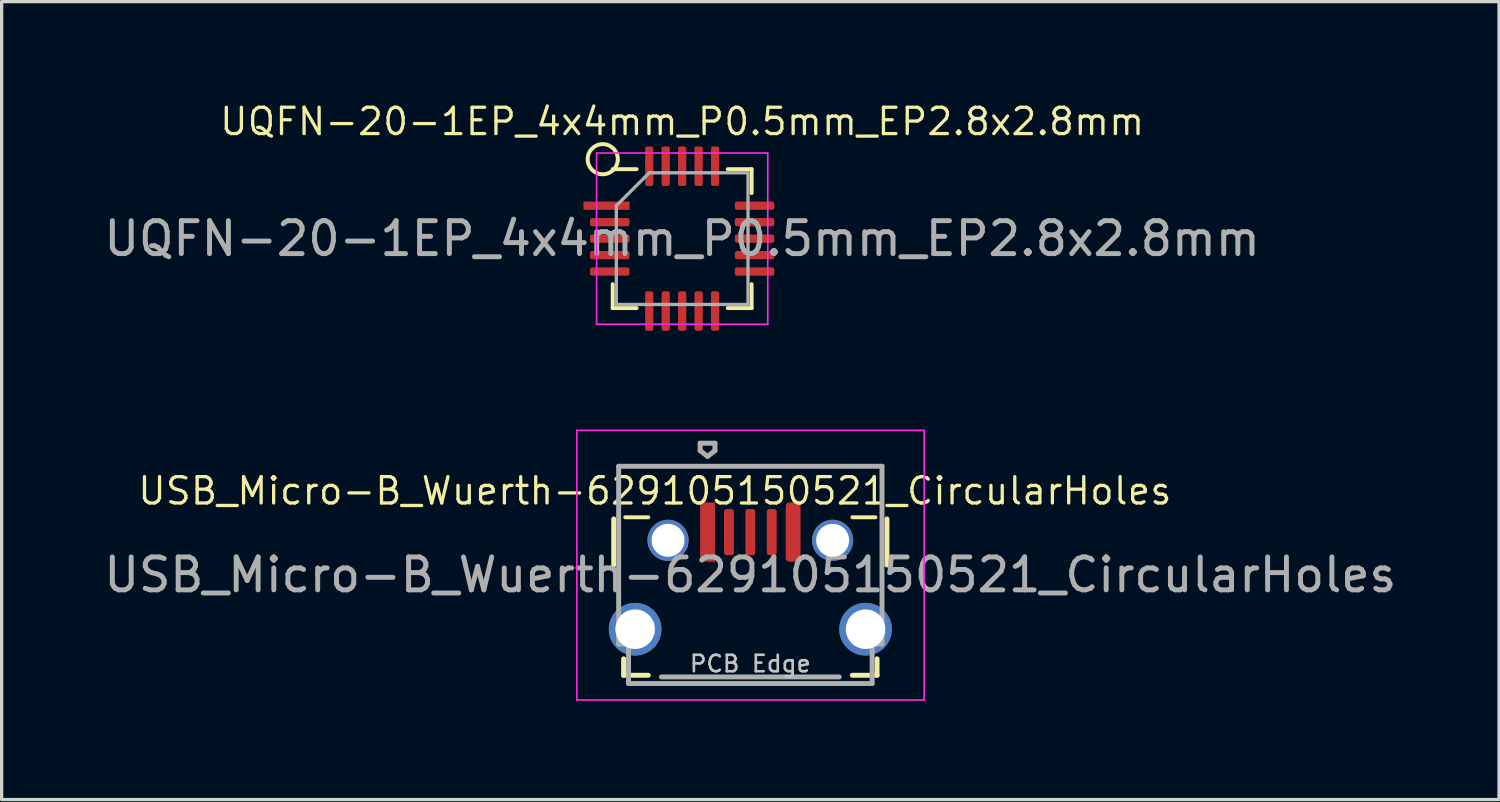
<source format=kicad_pcb>
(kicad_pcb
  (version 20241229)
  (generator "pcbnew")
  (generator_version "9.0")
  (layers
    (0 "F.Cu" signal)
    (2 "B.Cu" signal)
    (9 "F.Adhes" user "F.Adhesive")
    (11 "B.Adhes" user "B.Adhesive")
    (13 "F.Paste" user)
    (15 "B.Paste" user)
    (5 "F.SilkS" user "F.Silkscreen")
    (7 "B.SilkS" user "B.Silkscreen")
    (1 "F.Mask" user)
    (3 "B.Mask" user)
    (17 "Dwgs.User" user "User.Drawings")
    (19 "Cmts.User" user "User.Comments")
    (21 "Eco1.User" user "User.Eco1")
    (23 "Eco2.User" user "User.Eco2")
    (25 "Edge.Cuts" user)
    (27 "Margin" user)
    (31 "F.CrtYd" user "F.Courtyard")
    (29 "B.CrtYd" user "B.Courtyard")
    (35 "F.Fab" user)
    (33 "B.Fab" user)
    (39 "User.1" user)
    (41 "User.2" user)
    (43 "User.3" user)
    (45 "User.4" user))
  (footprint "UQFN-20-1EP_4x4mm_P0.5mm_EP2.8x2.8mm"
    (layer "F.Cu")
    (at 17.673 4.199)
    (property "Reference" "UQFN-20-1EP_4x4mm_P0.5mm_EP2.8x2.8mm" (at 0 -3.556 0) (layer "F.SilkS") (effects (font (size 0.8 0.8) (thickness 0.1))))
    (attr smd)
    (fp_line (start -2.11 2.11) (end -2.11 1.385) (stroke (width 0.12) (type solid)) (layer "F.SilkS"))
    (fp_line (start -1.385 -2.11) (end -2.11 -2.11) (stroke (width 0.12) (type solid)) (layer "F.SilkS"))
    (fp_line (start -1.385 2.11) (end -2.11 2.11) (stroke (width 0.12) (type solid)) (layer "F.SilkS"))
    (fp_line (start 1.385 -2.11) (end 2.11 -2.11) (stroke (width 0.12) (type solid)) (layer "F.SilkS"))
    (fp_line (start 1.385 2.11) (end 2.11 2.11) (stroke (width 0.12) (type solid)) (layer "F.SilkS"))
    (fp_line (start 2.11 -2.11) (end 2.11 -1.385) (stroke (width 0.12) (type solid)) (layer "F.SilkS"))
    (fp_line (start 2.11 2.11) (end 2.11 1.385) (stroke (width 0.12) (type solid)) (layer "F.SilkS"))
    (fp_circle (center -2.413 -2.413) (end -2.794 -2.667) (stroke (width 0.12) (type solid)) (fill no) (layer "F.SilkS"))
    (fp_line (start -2.6 -2.6) (end -2.6 2.6) (stroke (width 0.05) (type solid)) (layer "F.CrtYd"))
    (fp_line (start -2.6 2.6) (end 2.6 2.6) (stroke (width 0.05) (type solid)) (layer "F.CrtYd"))
    (fp_line (start 2.6 -2.6) (end -2.6 -2.6) (stroke (width 0.05) (type solid)) (layer "F.CrtYd"))
    (fp_line (start 2.6 2.6) (end 2.6 -2.6) (stroke (width 0.05) (type solid)) (layer "F.CrtYd"))
    (fp_line (start -2 -1) (end -1 -2) (stroke (width 0.1) (type solid)) (layer "F.Fab"))
    (fp_line (start -2 2) (end -2 -1) (stroke (width 0.1) (type solid)) (layer "F.Fab"))
    (fp_line (start -1 -2) (end 2 -2) (stroke (width 0.1) (type solid)) (layer "F.Fab"))
    (fp_line (start 2 -2) (end 2 2) (stroke (width 0.1) (type solid)) (layer "F.Fab"))
    (fp_line (start 2 2) (end -2 2) (stroke (width 0.1) (type solid)) (layer "F.Fab"))
    (fp_text user "${REFERENCE}" (at 0 0 0) (layer "F.Fab") (effects (font (size 1 1) (thickness 0.15))))
    (pad "1" smd rect (at -2.3 -1) (size 1.4 0.25) (layers "F.Cu" "F.Mask" "F.Paste"))
    (pad "2" smd roundrect (at -2.2 -0.5) (size 1.2 0.25) (layers "F.Cu" "F.Mask" "F.Paste") (roundrect_rratio 0.25))
    (pad "3" smd roundrect (at -2.2 0) (size 1.2 0.25) (layers "F.Cu" "F.Mask" "F.Paste") (roundrect_rratio 0.25))
    (pad "4" smd roundrect (at -2.2 0.5) (size 1.2 0.25) (layers "F.Cu" "F.Mask" "F.Paste") (roundrect_rratio 0.25))
    (pad "5" smd roundrect (at -2.2 1) (size 1.2 0.25) (layers "F.Cu" "F.Mask" "F.Paste") (roundrect_rratio 0.25))
    (pad "6" smd roundrect (at -1 2.2) (size 0.25 1.2) (layers "F.Cu" "F.Mask" "F.Paste") (roundrect_rratio 0.25))
    (pad "7" smd roundrect (at -0.5 2.2) (size 0.25 1.2) (layers "F.Cu" "F.Mask" "F.Paste") (roundrect_rratio 0.25))
    (pad "8" smd roundrect (at 0 2.2) (size 0.25 1.2) (layers "F.Cu" "F.Mask" "F.Paste") (roundrect_rratio 0.25))
    (pad "9" smd roundrect (at 0.5 2.2) (size 0.25 1.2) (layers "F.Cu" "F.Mask" "F.Paste") (roundrect_rratio 0.25))
    (pad "10" smd roundrect (at 1 2.2) (size 0.25 1.2) (layers "F.Cu" "F.Mask" "F.Paste") (roundrect_rratio 0.25))
    (pad "11" smd roundrect (at 2.2 1) (size 1.2 0.25) (layers "F.Cu" "F.Mask" "F.Paste") (roundrect_rratio 0.25))
    (pad "12" smd roundrect (at 2.2 0.5) (size 1.2 0.25) (layers "F.Cu" "F.Mask" "F.Paste") (roundrect_rratio 0.25))
    (pad "13" smd roundrect (at 2.2 0) (size 1.2 0.25) (layers "F.Cu" "F.Mask" "F.Paste") (roundrect_rratio 0.25))
    (pad "14" smd roundrect (at 2.2 -0.5) (size 1.2 0.25) (layers "F.Cu" "F.Mask" "F.Paste") (roundrect_rratio 0.25))
    (pad "15" smd roundrect (at 2.2 -1) (size 1.2 0.25) (layers "F.Cu" "F.Mask" "F.Paste") (roundrect_rratio 0.25))
    (pad "16" smd roundrect (at 1 -2.2) (size 0.25 1.2) (layers "F.Cu" "F.Mask" "F.Paste") (roundrect_rratio 0.25))
    (pad "17" smd roundrect (at 0.5 -2.2) (size 0.25 1.2) (layers "F.Cu" "F.Mask" "F.Paste") (roundrect_rratio 0.25))
    (pad "18" smd roundrect (at 0 -2.2) (size 0.25 1.2) (layers "F.Cu" "F.Mask" "F.Paste") (roundrect_rratio 0.25))
    (pad "19" smd roundrect (at -0.5 -2.2) (size 0.25 1.2) (layers "F.Cu" "F.Mask" "F.Paste") (roundrect_rratio 0.25))
    (pad "20" smd roundrect (at -1 -2.2) (size 0.25 1.2) (layers "F.Cu" "F.Mask" "F.Paste") (roundrect_rratio 0.25)))
  (footprint "USB_Micro-B_Wuerth-629105150521_CircularHoles"
    (layer "F.Cu")
    (at 19.744 13.364)
    (property "Reference" "USB_Micro-B_Wuerth-629105150521_CircularHoles" (at -2.9 -1.5 180) (layer "F.SilkS") (effects (font (size 0.8 0.8) (thickness 0.1))))
    (attr smd)
    (fp_line (start -4.15 -0.65) (end -4.15 0.75) (stroke (width 0.15) (type solid)) (layer "F.SilkS"))
    (fp_line (start -3.85 3.6) (end -3.85 4.1) (stroke (width 0.15) (type solid)) (layer "F.SilkS"))
    (fp_line (start -3.85 4.1) (end -3.1 4.1) (stroke (width 0.15) (type solid)) (layer "F.SilkS"))
    (fp_line (start -3.8 -0.7) (end -3.1 -0.7) (stroke (width 0.12) (type solid)) (layer "F.SilkS"))
    (fp_line (start 3.8 -0.7) (end 3.1 -0.7) (stroke (width 0.12) (type solid)) (layer "F.SilkS"))
    (fp_line (start 3.85 4.1) (end 3.1 4.1) (stroke (width 0.15) (type solid)) (layer "F.SilkS"))
    (fp_line (start 3.85 4.1) (end 3.85 3.6) (stroke (width 0.15) (type solid)) (layer "F.SilkS"))
    (fp_line (start 4.15 0.75) (end 4.15 -0.65) (stroke (width 0.15) (type solid)) (layer "F.SilkS"))
    (fp_line (start -5.27 -3.34) (end -5.27 4.85) (stroke (width 0.05) (type solid)) (layer "F.CrtYd"))
    (fp_line (start -5.27 4.85) (end 5.28 4.85) (stroke (width 0.05) (type solid)) (layer "F.CrtYd"))
    (fp_line (start 5.28 -3.34) (end -5.27 -3.34) (stroke (width 0.05) (type solid)) (layer "F.CrtYd"))
    (fp_line (start 5.28 4.85) (end 5.28 -3.34) (stroke (width 0.05) (type solid)) (layer "F.CrtYd"))
    (fp_line (start -4 -2.25) (end -4 3.15) (stroke (width 0.15) (type solid)) (layer "F.Fab"))
    (fp_line (start -4 3.15) (end -3.7 3.15) (stroke (width 0.15) (type solid)) (layer "F.Fab"))
    (fp_line (start -3.7 3.15) (end -3.7 4.35) (stroke (width 0.15) (type solid)) (layer "F.Fab"))
    (fp_line (start -3.7 4.35) (end 3.7 4.35) (stroke (width 0.15) (type solid)) (layer "F.Fab"))
    (fp_line (start -2.7 4.15) (end 2.7 4.15) (stroke (width 0.15) (type solid)) (layer "F.Fab"))
    (fp_line (start -1.525 -2.95) (end -1.075 -2.95) (stroke (width 0.15) (type solid)) (layer "F.Fab"))
    (fp_line (start -1.525 -2.725) (end -1.525 -2.95) (stroke (width 0.15) (type solid)) (layer "F.Fab"))
    (fp_line (start -1.3 -2.55) (end -1.525 -2.725) (stroke (width 0.15) (type solid)) (layer "F.Fab"))
    (fp_line (start -1.075 -2.95) (end -1.075 -2.725) (stroke (width 0.15) (type solid)) (layer "F.Fab"))
    (fp_line (start -1.075 -2.725) (end -1.3 -2.55) (stroke (width 0.15) (type solid)) (layer "F.Fab"))
    (fp_line (start 3.7 3.15) (end 4 3.15) (stroke (width 0.15) (type solid)) (layer "F.Fab"))
    (fp_line (start 3.7 4.35) (end 3.7 3.15) (stroke (width 0.15) (type solid)) (layer "F.Fab"))
    (fp_line (start 4 -2.25) (end -4 -2.25) (stroke (width 0.15) (type solid)) (layer "F.Fab"))
    (fp_line (start 4 3.15) (end 4 -2.25) (stroke (width 0.15) (type solid)) (layer "F.Fab"))
    (fp_text user "PCB Edge" (at 0 3.75 180) (layer "Dwgs.User") (effects (font (size 0.5 0.5) (thickness 0.08))))
    (fp_text user "${REFERENCE}" (at 0 1.05 180) (layer "F.Fab") (effects (font (size 1 1) (thickness 0.15))))
    (pad "1" smd rect (at -1.3 -0.25) (size 0.45 1.8) (layers "F.Cu" "F.Mask" "F.Paste"))
    (pad "2" smd roundrect (at -0.65 -0.25) (size 0.3 1.4) (layers "F.Cu" "F.Mask" "F.Paste") (roundrect_rratio 0.25))
    (pad "3" smd roundrect (at 0 -0.25) (size 0.3 1.4) (layers "F.Cu" "F.Mask" "F.Paste") (roundrect_rratio 0.25))
    (pad "4" smd roundrect (at 0.65 -0.25) (size 0.3 1.4) (layers "F.Cu" "F.Mask" "F.Paste") (roundrect_rratio 0.25))
    (pad "5" smd roundrect (at 1.3 -0.25) (size 0.45 1.8) (layers "F.Cu" "F.Mask" "F.Paste") (roundrect_rratio 0.25))
    (pad "6" thru_hole circle (at -3.5 2.7) (size 1.6 1.6) (drill 1.2) (layers "*.Cu" "*.Mask"))
    (pad "6" thru_hole circle (at -2.5 0) (size 1.25 1.25) (drill 1) (layers "*.Cu" "*.Mask"))
    (pad "6" thru_hole circle (at 2.5 0) (size 1.25 1.25) (drill 1) (layers "*.Cu" "*.Mask"))
    (pad "6" thru_hole circle (at 3.5 2.7) (size 1.6 1.6) (drill 1.2) (layers "*.Cu" "*.Mask")))
  (gr_rect
    (start -3 -3)
    (end 42.488 21.239)
    (stroke (width 0.1) (type default))
    (fill no)
    (layer "Edge.Cuts")))
</source>
